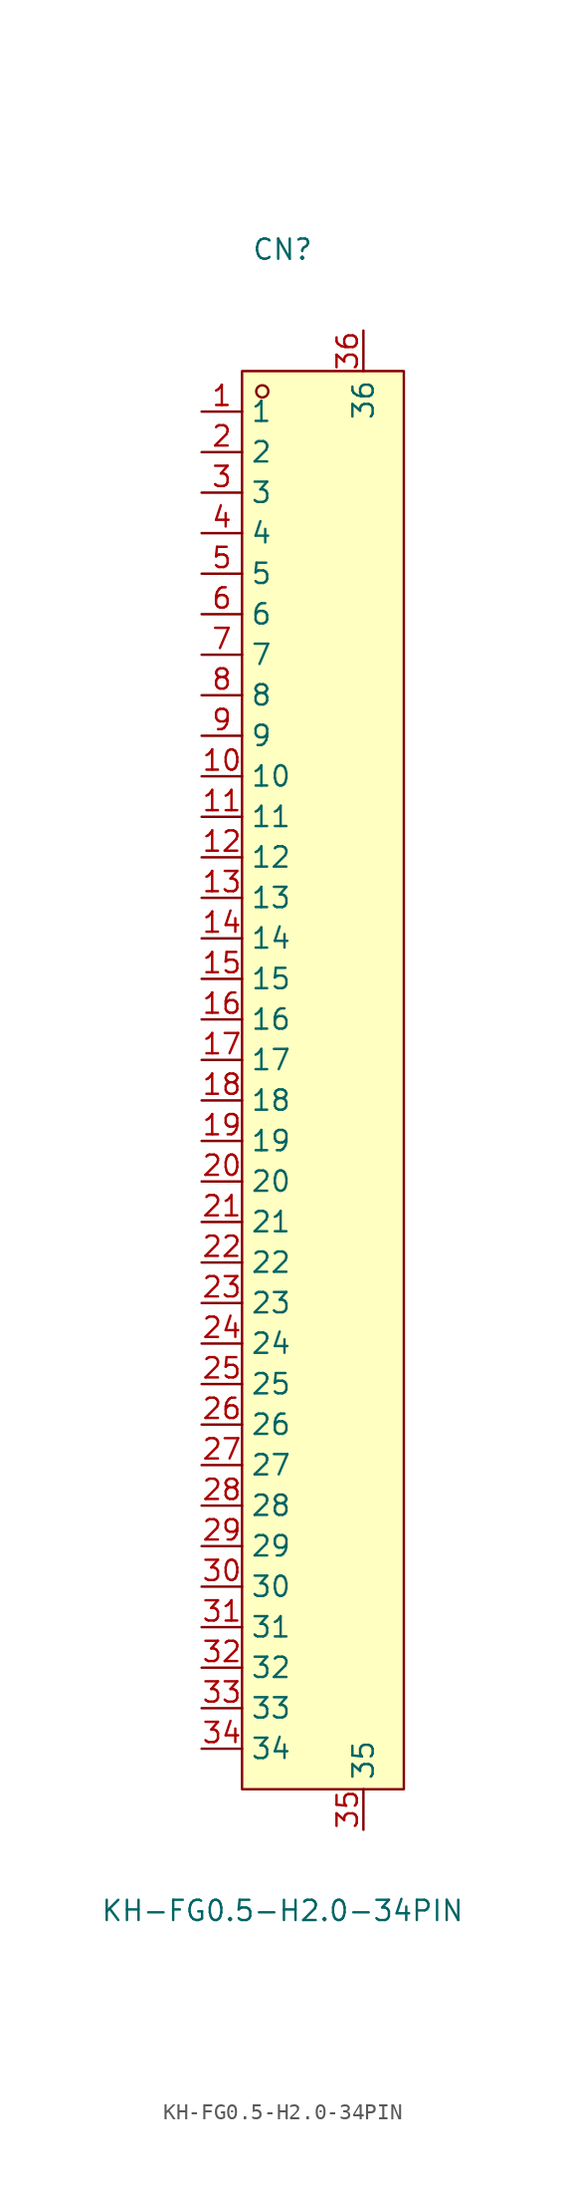
<source format=kicad_sym>
(kicad_symbol_lib
  (version 20211014)
  (generator https://github.com/uPesy/easyeda2kicad.py)
  (symbol "KH-FG0.5-H2.0-34PIN"
    (property "Reference" "CN"
      (at 0 53.34 0)
      (effects (font (size 1.27 1.27))))
    (property "Value" "KH-FG0.5-H2.0-34PIN"
      (at 0 -50.80 0)
      (effects (font (size 1.27 1.27))))
    (symbol "KH-FG0.5-H2.0-34PIN_0_1"
      (rectangle (start -2.54 45.72) (end 7.62 -43.18) (stroke (width 0) (type default) (color 0 0 0 0)) (fill (type background)))
      (circle (center -1.27 44.45) (radius 0.38) (stroke (width 0) (type default) (color 0 0 0 0)) (fill (type none)))
      (pin unspecified line (at 5.08 48.26 270) (length 2.54) (name "36" (effects (font (size 1.27 1.27)))) (number "36" (effects (font (size 1.27 1.27)))))
      (pin unspecified line (at 5.08 -45.72 90) (length 2.54) (name "35" (effects (font (size 1.27 1.27)))) (number "35" (effects (font (size 1.27 1.27)))))
      (pin unspecified line (at -5.08 -40.64 0) (length 2.54) (name "34" (effects (font (size 1.27 1.27)))) (number "34" (effects (font (size 1.27 1.27)))))
      (pin unspecified line (at -5.08 -38.10 0) (length 2.54) (name "33" (effects (font (size 1.27 1.27)))) (number "33" (effects (font (size 1.27 1.27)))))
      (pin unspecified line (at -5.08 -35.56 0) (length 2.54) (name "32" (effects (font (size 1.27 1.27)))) (number "32" (effects (font (size 1.27 1.27)))))
      (pin unspecified line (at -5.08 -33.02 0) (length 2.54) (name "31" (effects (font (size 1.27 1.27)))) (number "31" (effects (font (size 1.27 1.27)))))
      (pin unspecified line (at -5.08 -30.48 0) (length 2.54) (name "30" (effects (font (size 1.27 1.27)))) (number "30" (effects (font (size 1.27 1.27)))))
      (pin unspecified line (at -5.08 -27.94 0) (length 2.54) (name "29" (effects (font (size 1.27 1.27)))) (number "29" (effects (font (size 1.27 1.27)))))
      (pin unspecified line (at -5.08 -25.40 0) (length 2.54) (name "28" (effects (font (size 1.27 1.27)))) (number "28" (effects (font (size 1.27 1.27)))))
      (pin unspecified line (at -5.08 -22.86 0) (length 2.54) (name "27" (effects (font (size 1.27 1.27)))) (number "27" (effects (font (size 1.27 1.27)))))
      (pin unspecified line (at -5.08 -20.32 0) (length 2.54) (name "26" (effects (font (size 1.27 1.27)))) (number "26" (effects (font (size 1.27 1.27)))))
      (pin unspecified line (at -5.08 -17.78 0) (length 2.54) (name "25" (effects (font (size 1.27 1.27)))) (number "25" (effects (font (size 1.27 1.27)))))
      (pin unspecified line (at -5.08 -15.24 0) (length 2.54) (name "24" (effects (font (size 1.27 1.27)))) (number "24" (effects (font (size 1.27 1.27)))))
      (pin unspecified line (at -5.08 -12.70 0) (length 2.54) (name "23" (effects (font (size 1.27 1.27)))) (number "23" (effects (font (size 1.27 1.27)))))
      (pin unspecified line (at -5.08 -10.16 0) (length 2.54) (name "22" (effects (font (size 1.27 1.27)))) (number "22" (effects (font (size 1.27 1.27)))))
      (pin unspecified line (at -5.08 -7.62 0) (length 2.54) (name "21" (effects (font (size 1.27 1.27)))) (number "21" (effects (font (size 1.27 1.27)))))
      (pin unspecified line (at -5.08 -5.08 0) (length 2.54) (name "20" (effects (font (size 1.27 1.27)))) (number "20" (effects (font (size 1.27 1.27)))))
      (pin unspecified line (at -5.08 -2.54 0) (length 2.54) (name "19" (effects (font (size 1.27 1.27)))) (number "19" (effects (font (size 1.27 1.27)))))
      (pin unspecified line (at -5.08 -0.00 0) (length 2.54) (name "18" (effects (font (size 1.27 1.27)))) (number "18" (effects (font (size 1.27 1.27)))))
      (pin unspecified line (at -5.08 2.54 0) (length 2.54) (name "17" (effects (font (size 1.27 1.27)))) (number "17" (effects (font (size 1.27 1.27)))))
      (pin unspecified line (at -5.08 5.08 0) (length 2.54) (name "16" (effects (font (size 1.27 1.27)))) (number "16" (effects (font (size 1.27 1.27)))))
      (pin unspecified line (at -5.08 7.62 0) (length 2.54) (name "15" (effects (font (size 1.27 1.27)))) (number "15" (effects (font (size 1.27 1.27)))))
      (pin unspecified line (at -5.08 10.16 0) (length 2.54) (name "14" (effects (font (size 1.27 1.27)))) (number "14" (effects (font (size 1.27 1.27)))))
      (pin unspecified line (at -5.08 12.70 0) (length 2.54) (name "13" (effects (font (size 1.27 1.27)))) (number "13" (effects (font (size 1.27 1.27)))))
      (pin unspecified line (at -5.08 15.24 0) (length 2.54) (name "12" (effects (font (size 1.27 1.27)))) (number "12" (effects (font (size 1.27 1.27)))))
      (pin unspecified line (at -5.08 17.78 0) (length 2.54) (name "11" (effects (font (size 1.27 1.27)))) (number "11" (effects (font (size 1.27 1.27)))))
      (pin unspecified line (at -5.08 20.32 0) (length 2.54) (name "10" (effects (font (size 1.27 1.27)))) (number "10" (effects (font (size 1.27 1.27)))))
      (pin unspecified line (at -5.08 22.86 0) (length 2.54) (name "9" (effects (font (size 1.27 1.27)))) (number "9" (effects (font (size 1.27 1.27)))))
      (pin unspecified line (at -5.08 25.40 0) (length 2.54) (name "8" (effects (font (size 1.27 1.27)))) (number "8" (effects (font (size 1.27 1.27)))))
      (pin unspecified line (at -5.08 27.94 0) (length 2.54) (name "7" (effects (font (size 1.27 1.27)))) (number "7" (effects (font (size 1.27 1.27)))))
      (pin unspecified line (at -5.08 30.48 0) (length 2.54) (name "6" (effects (font (size 1.27 1.27)))) (number "6" (effects (font (size 1.27 1.27)))))
      (pin unspecified line (at -5.08 33.02 0) (length 2.54) (name "5" (effects (font (size 1.27 1.27)))) (number "5" (effects (font (size 1.27 1.27)))))
      (pin unspecified line (at -5.08 35.56 0) (length 2.54) (name "4" (effects (font (size 1.27 1.27)))) (number "4" (effects (font (size 1.27 1.27)))))
      (pin unspecified line (at -5.08 38.10 0) (length 2.54) (name "3" (effects (font (size 1.27 1.27)))) (number "3" (effects (font (size 1.27 1.27)))))
      (pin unspecified line (at -5.08 40.64 0) (length 2.54) (name "2" (effects (font (size 1.27 1.27)))) (number "2" (effects (font (size 1.27 1.27)))))
      (pin unspecified line (at -5.08 43.18 0) (length 2.54) (name "1" (effects (font (size 1.27 1.27)))) (number "1" (effects (font (size 1.27 1.27))))))))
</source>
